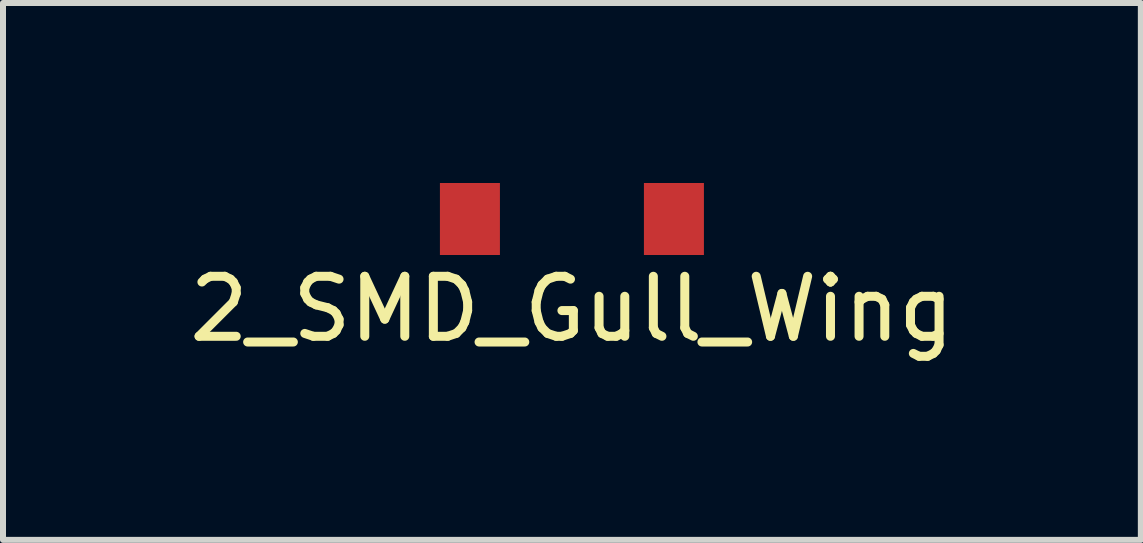
<source format=kicad_pcb>
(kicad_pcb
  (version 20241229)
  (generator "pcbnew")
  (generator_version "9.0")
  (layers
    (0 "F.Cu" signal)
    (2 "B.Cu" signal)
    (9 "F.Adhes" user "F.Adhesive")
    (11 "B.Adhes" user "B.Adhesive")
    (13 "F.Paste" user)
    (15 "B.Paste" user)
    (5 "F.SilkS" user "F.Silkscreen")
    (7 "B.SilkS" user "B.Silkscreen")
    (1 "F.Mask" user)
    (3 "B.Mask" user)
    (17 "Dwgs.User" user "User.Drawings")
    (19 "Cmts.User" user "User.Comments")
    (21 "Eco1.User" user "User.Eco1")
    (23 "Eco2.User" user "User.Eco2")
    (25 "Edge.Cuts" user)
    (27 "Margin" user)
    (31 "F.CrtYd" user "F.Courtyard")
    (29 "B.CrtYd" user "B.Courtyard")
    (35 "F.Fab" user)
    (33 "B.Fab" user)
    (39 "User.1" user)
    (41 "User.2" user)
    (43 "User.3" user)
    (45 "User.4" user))
  (footprint "2_SMD_Gull_Wing"
    (layer "F.Cu")
    (at 6.482 0.6)
    (property "Reference" "2_SMD_Gull_Wing" (at 0 1.5 0) (layer "F.SilkS") (effects (font (size 1 1) (thickness 0.15))))
    (attr through_hole)
    (pad "1" smd rect (at 1.7 0) (size 1 1.2) (layers "F.Cu" "F.Mask" "F.Paste"))
    (pad "2" smd rect (at -1.7 0) (size 1 1.2) (layers "F.Cu" "F.Mask" "F.Paste")))
  (gr_rect
    (start -3 -3)
    (end 15.964 5.948)
    (stroke (width 0.1) (type default))
    (fill no)
    (layer "Edge.Cuts")))
</source>
